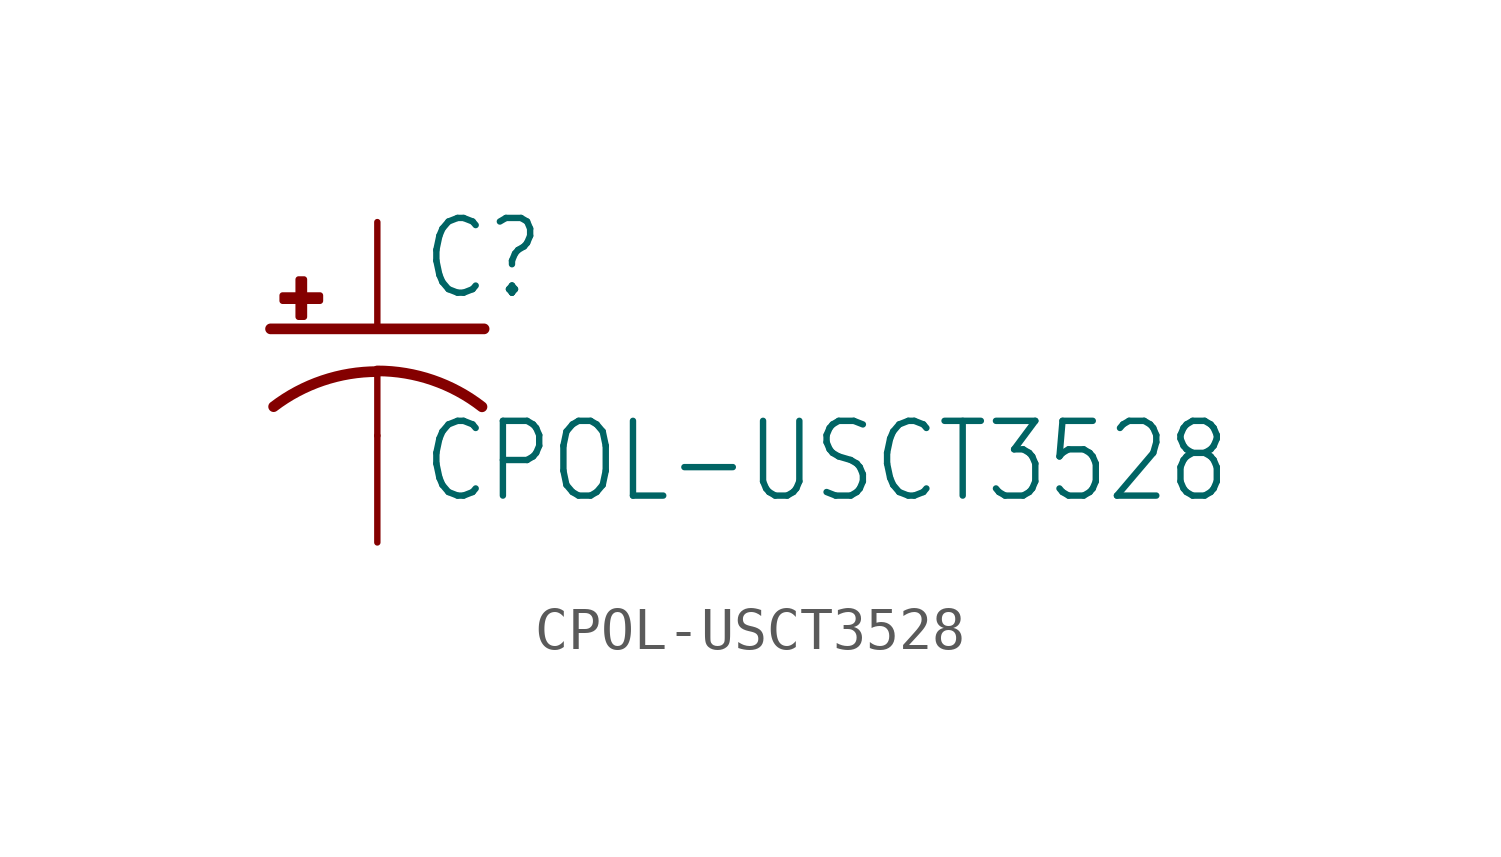
<source format=kicad_sym>
(kicad_symbol_lib
  (version 20220331)
  (generator kicad_symbol_editor)
  (symbol "CPOL-USCT3528"
    (property "Reference" "C"
      (at 1.016 0.635 0)
      (effects (font (size 1.778 1.511)) (justify left bottom)))
    (property "Value" "CPOL-USCT3528"
      (at 1.016 -4.191 0)
      (effects (font (size 1.778 1.511)) (justify left bottom)))
    (property "ki_locked" ""
      (at 0 0 0)
      (effects (font (size 1.27 1.27))))
    (symbol "CPOL-USCT3528_1_0"
      (rectangle (start -2.253 0.668) (end -1.364 0.795) (stroke (width 0) (type default)) (fill (type outline)))
      (rectangle (start -1.872 0.287) (end -1.745 1.176) (stroke (width 0) (type default)) (fill (type outline)))
      (arc (start 0 -1.0161) (mid -1.3021 -1.2302) (end -2.4669 -1.8504) (stroke (width 0.254) (type solid)) (fill (type none)))
      (polyline (pts (xy -2.54 0) (xy 2.54 0)) (stroke (width 0.254) (type solid)) (fill (type none)))
      (polyline (pts (xy 0 -1.016) (xy 0 -2.54)) (stroke (width 0.152) (type solid)) (fill (type none)))
      (arc (start 2.4892 -1.8542) (mid 1.3158 -1.2195) (end 0 -1) (stroke (width 0.254) (type solid)) (fill (type none)))
      (pin passive line (at 0 2.54 270) (length 2.54) (name "+" (effects (font (size 0 0)))) (number "+" (effects (font (size 0 0)))))
      (pin passive line (at 0 -5.08 90) (length 2.54) (name "-" (effects (font (size 0 0)))) (number "-" (effects (font (size 0 0))))))))
</source>
